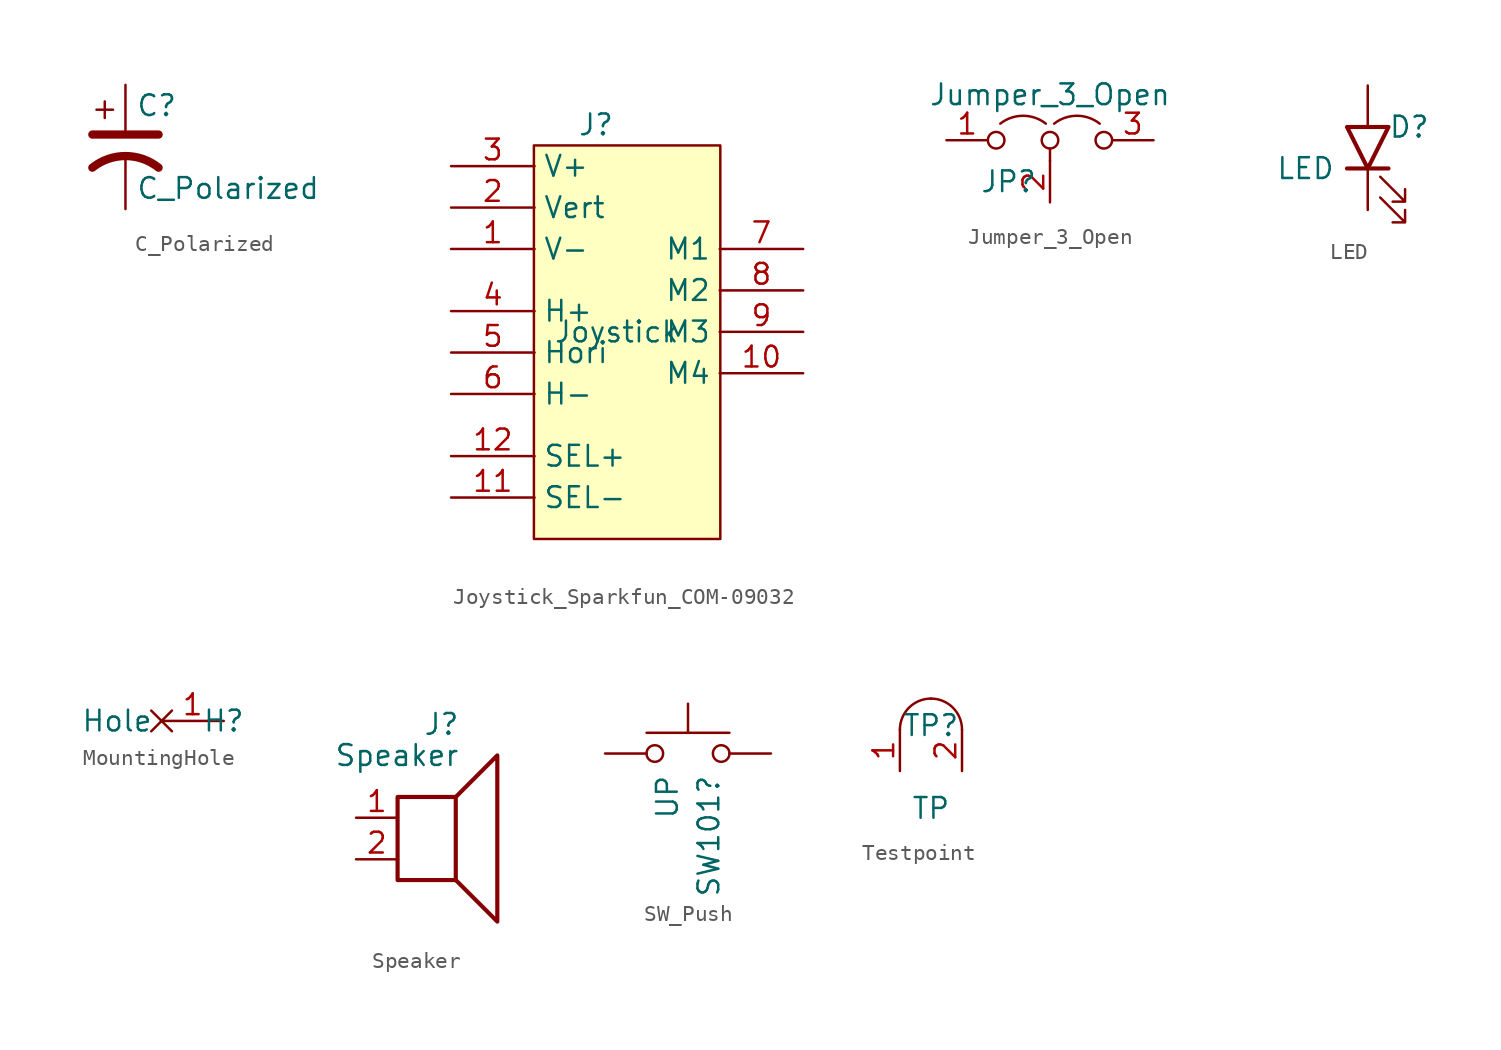
<source format=kicad_sym>
(kicad_symbol_lib
  (version 20220914)
  (generator kicad_symbol_editor)
  (symbol "C_Polarized"
    (pin_numbers hide)
    (pin_names
      (offset 0.254) hide)
    (property "Reference" "C"
      (at 0.635 2.54 0)
      (effects (font (size 1.27 1.27)) (justify left)))
    (property "Value" "C_Polarized"
      (at 0.635 -2.54 0)
      (effects (font (size 1.27 1.27)) (justify left)))
    (symbol "C_Polarized_0_1"
      (polyline (pts (xy -2.032 0.762) (xy 2.032 0.762)) (stroke (width 0.508) (type default)) (fill (type none)))
      (polyline (pts (xy -1.778 2.286) (xy -0.762 2.286)) (stroke (width 0) (type default)) (fill (type none)))
      (polyline (pts (xy -1.27 1.778) (xy -1.27 2.794)) (stroke (width 0) (type default)) (fill (type none)))
      (arc (start 2.032 -1.27) (mid 0 -0.5572) (end -2.032 -1.27) (stroke (width 0.508) (type default)) (fill (type none))))
    (symbol "C_Polarized_1_1"
      (pin passive line (at 0 3.81 270) (length 2.794) (name "~" (effects (font (size 1.27 1.27)))) (number "1" (effects (font (size 1.27 1.27)))))
      (pin passive line (at 0 -3.81 90) (length 3.302) (name "~" (effects (font (size 1.27 1.27)))) (number "2" (effects (font (size 1.27 1.27)))))))
  (symbol "Joystick_Sparkfun_COM-09032"
    (property "Reference" "J"
      (at -1.27 12.7 0)
      (effects (font (size 1.27 1.27))))
    (property "Value" "Joystick"
      (at 0 0 0)
      (effects (font (size 1.27 1.27))))
    (symbol "Joystick_Sparkfun_COM-09032_1_1"
      (rectangle (start -5.08 11.43) (end 6.35 -12.7) (stroke (width 0) (type default)) (fill (type background)))
      (pin passive line (at -10.16 5.08 0) (length 5.12) (name "V-" (effects (font (size 1.27 1.27)))) (number "1" (effects (font (size 1.27 1.27)))))
      (pin free line (at 11.43 -2.54 180) (length 5.12) (name "M4" (effects (font (size 1.27 1.27)))) (number "10" (effects (font (size 1.27 1.27)))))
      (pin passive line (at -10.16 -10.16 0) (length 5.12) (name "SEL-" (effects (font (size 1.27 1.27)))) (number "11" (effects (font (size 1.27 1.27)))))
      (pin passive line (at -10.16 -7.62 0) (length 5.12) (name "SEL+" (effects (font (size 1.27 1.27)))) (number "12" (effects (font (size 1.27 1.27)))))
      (pin passive line (at -10.16 7.62 0) (length 5.12) (name "Vert" (effects (font (size 1.27 1.27)))) (number "2" (effects (font (size 1.27 1.27)))))
      (pin passive line (at -10.16 10.16 0) (length 5.12) (name "V+" (effects (font (size 1.27 1.27)))) (number "3" (effects (font (size 1.27 1.27)))))
      (pin passive line (at -10.16 1.27 0) (length 5.12) (name "H+" (effects (font (size 1.27 1.27)))) (number "4" (effects (font (size 1.27 1.27)))))
      (pin passive line (at -10.16 -1.27 0) (length 5.12) (name "Hori" (effects (font (size 1.27 1.27)))) (number "5" (effects (font (size 1.27 1.27)))))
      (pin passive line (at -10.16 -3.81 0) (length 5.12) (name "H-" (effects (font (size 1.27 1.27)))) (number "6" (effects (font (size 1.27 1.27)))))
      (pin free line (at 11.43 5.08 180) (length 5.12) (name "M1" (effects (font (size 1.27 1.27)))) (number "7" (effects (font (size 1.27 1.27)))))
      (pin free line (at 11.43 2.54 180) (length 5.12) (name "M2" (effects (font (size 1.27 1.27)))) (number "8" (effects (font (size 1.27 1.27)))))
      (pin free line (at 11.43 0 180) (length 5.12) (name "M3" (effects (font (size 1.27 1.27)))) (number "9" (effects (font (size 1.27 1.27)))))))
  (symbol "Jumper_3_Open"
    (pin_names
      (offset 0) hide)
    (property "Reference" "JP"
      (at -2.54 -2.54 0)
      (effects (font (size 1.27 1.27))))
    (property "Value" "Jumper_3_Open"
      (at 0 2.794 0)
      (effects (font (size 1.27 1.27))))
    (symbol "Jumper_3_Open_0_0"
      (circle (center -3.302 0) (radius 0.508) (stroke (width 0) (type default)) (fill (type none)))
      (circle (center 0 0) (radius 0.508) (stroke (width 0) (type default)) (fill (type none)))
      (circle (center 3.302 0) (radius 0.508) (stroke (width 0) (type default)) (fill (type none))))
    (symbol "Jumper_3_Open_0_1"
      (arc (start -0.254 1.016) (mid -1.651 1.4992) (end -3.048 1.016) (stroke (width 0) (type default)) (fill (type none)))
      (polyline (pts (xy 0 -0.508) (xy 0 -1.27)) (stroke (width 0) (type default)) (fill (type none)))
      (arc (start 3.048 1.016) (mid 1.651 1.4992) (end 0.254 1.016) (stroke (width 0) (type default)) (fill (type none))))
    (symbol "Jumper_3_Open_1_1"
      (pin passive line (at -6.35 0 0) (length 2.54) (name "A" (effects (font (size 1.27 1.27)))) (number "1" (effects (font (size 1.27 1.27)))))
      (pin passive line (at 0 -3.81 90) (length 2.54) (name "C" (effects (font (size 1.27 1.27)))) (number "2" (effects (font (size 1.27 1.27)))))
      (pin passive line (at 6.35 0 180) (length 2.54) (name "B" (effects (font (size 1.27 1.27)))) (number "3" (effects (font (size 1.27 1.27)))))))
  (symbol "LED"
    (pin_numbers hide)
    (pin_names
      (offset 1.016) hide)
    (property "Reference" "D"
      (at 1.27 1.27 0)
      (effects (font (size 1.27 1.27))))
    (property "Value" "LED"
      (at -5.08 -1.27 0)
      (effects (font (size 1.27 1.27))))
    (symbol "LED_0_1"
      (polyline (pts (xy 0 -1.27) (xy -2.54 -1.27)) (stroke (width 0.254) (type default)) (fill (type none)))
      (polyline (pts (xy 0 1.27) (xy -2.54 1.27) (xy -1.27 -1.27) (xy 0 1.27)) (stroke (width 0.254) (type default)) (fill (type none)))
      (polyline (pts (xy -0.508 -3.048) (xy 1.016 -4.572) (xy 1.016 -3.81) (xy 1.016 -4.572) (xy 0.254 -4.572)) (stroke (width 0) (type default)) (fill (type none)))
      (polyline (pts (xy -0.508 -1.778) (xy 1.016 -3.302) (xy 1.016 -2.54) (xy 1.016 -3.302) (xy 0.254 -3.302)) (stroke (width 0) (type default)) (fill (type none))))
    (symbol "LED_1_1"
      (pin passive line (at -1.27 -3.81 90) (length 2.54) (name "K" (effects (font (size 1.27 1.27)))) (number "1" (effects (font (size 1.27 1.27)))))
      (pin passive line (at -1.27 3.81 270) (length 2.54) (name "A" (effects (font (size 1.27 1.27)))) (number "2" (effects (font (size 1.27 1.27)))))))
  (symbol "MountingHole"
    (property "Reference" "H"
      (at 0 0 0)
      (effects (font (size 1.27 1.27))))
    (property "Value" ""
      (at 0 0 0)
      (effects (font (size 1.27 1.27))))
    (symbol "MountingHole_1_1"
      (pin power_in non_logic (at 0 0 180) (length 3.81) (name "Hole" (effects (font (size 1.27 1.27)))) (number "1" (effects (font (size 1.27 1.27)))))))
  (symbol "Speaker"
    (pin_names
      (offset 0) hide)
    (property "Reference" "J"
      (at 1.27 5.715 0)
      (effects (font (size 1.27 1.27)) (justify right)))
    (property "Value" "Speaker"
      (at 1.27 3.81 0)
      (effects (font (size 1.27 1.27)) (justify right)))
    (symbol "Speaker_0_0"
      (rectangle (start -2.54 1.27) (end 1.016 -3.81) (stroke (width 0.254) (type default)) (fill (type none)))
      (polyline (pts (xy 1.016 1.27) (xy 3.556 3.81) (xy 3.556 -6.35) (xy 1.016 -3.81)) (stroke (width 0.254) (type default)) (fill (type none))))
    (symbol "Speaker_1_1"
      (pin input line (at -5.08 0 0) (length 2.54) (name "1" (effects (font (size 1.27 1.27)))) (number "1" (effects (font (size 1.27 1.27)))))
      (pin input line (at -5.08 -2.54 0) (length 2.54) (name "2" (effects (font (size 1.27 1.27)))) (number "2" (effects (font (size 1.27 1.27)))))))
  (symbol "SW_Push"
    (pin_numbers hide)
    (pin_names
      (offset 1.016) hide)
    (property "Reference" "SW101"
      (at 1.27 -1.27 90)
      (effects (font (size 1.27 1.27)) (justify right)))
    (property "Value" "UP"
      (at -1.27 -1.27 90)
      (effects (font (size 1.27 1.27)) (justify right)))
    (symbol "SW_Push_0_1"
      (circle (center -2.032 0) (radius 0.508) (stroke (width 0) (type default)) (fill (type none)))
      (polyline (pts (xy 0 1.27) (xy 0 3.048)) (stroke (width 0) (type default)) (fill (type none)))
      (polyline (pts (xy 2.54 1.27) (xy -2.54 1.27)) (stroke (width 0) (type default)) (fill (type none)))
      (circle (center 2.032 0) (radius 0.508) (stroke (width 0) (type default)) (fill (type none)))
      (pin passive line (at -5.08 0 0) (length 2.54) (name "1" (effects (font (size 1.27 1.27)))) (number "1" (effects (font (size 1.27 1.27)))))
      (pin passive line (at 5.08 0 180) (length 2.54) (name "2" (effects (font (size 1.27 1.27)))) (number "2" (effects (font (size 1.27 1.27)))))))
  (symbol "Testpoint"
    (pin_names
      (offset 0) hide)
    (property "Reference" "TP"
      (at 0 2.794 0)
      (effects (font (size 1.27 1.27))))
    (property "Value" "TP"
      (at 0 -2.286 0)
      (effects (font (size 1.27 1.27))))
    (symbol "Testpoint_0_1"
      (arc (start 0 4.445) (mid -1.347 3.887) (end -1.905 2.54) (stroke (width 0) (type default)) (fill (type none)))
      (arc (start 1.9051 2.5401) (mid 1.3471 3.8871) (end 0.0001 4.4451) (stroke (width 0) (type default)) (fill (type none))))
    (symbol "Testpoint_1_1"
      (pin passive line (at -1.905 0 90) (length 2.54) (name "A" (effects (font (size 1.27 1.27)))) (number "1" (effects (font (size 1.27 1.27)))))
      (pin passive line (at 1.905 0 90) (length 2.54) (name "B" (effects (font (size 1.27 1.27)))) (number "2" (effects (font (size 1.27 1.27))))))))
</source>
